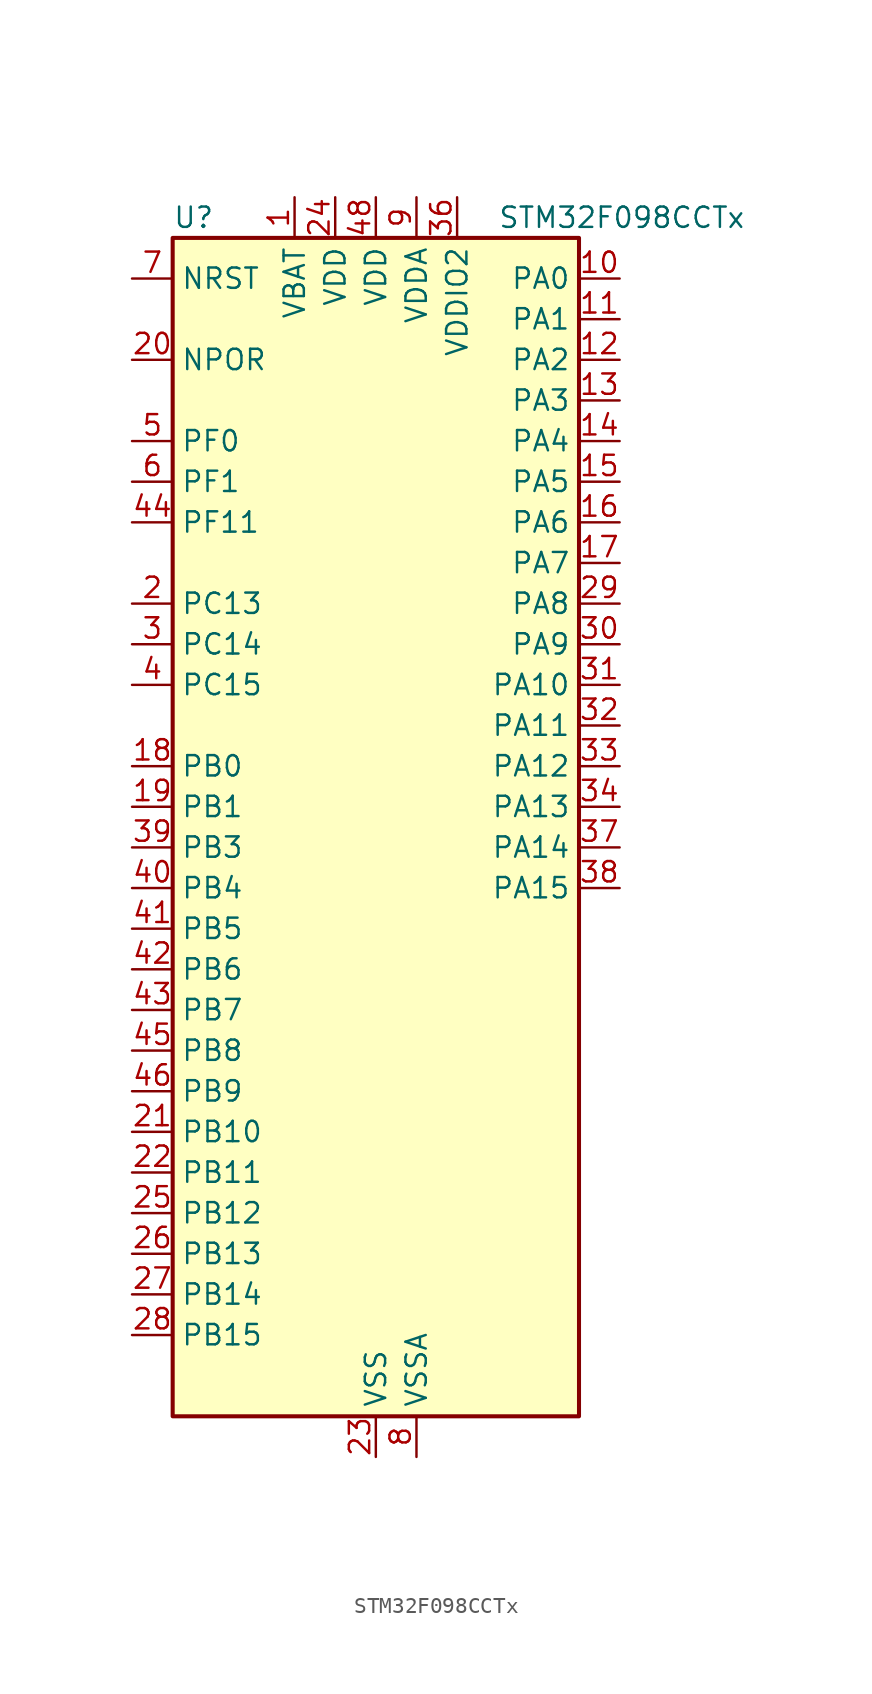
<source format=kicad_sym>
(kicad_symbol_lib
  (version 20220914)
  (generator kicad_symbol_editor)
  (symbol "STM32F098CCTx"
    (property "Reference" "U"
      (at -12.7 39.37 0)
      (effects (font (size 1.27 1.27)) (justify left)))
    (property "Value" "STM32F098CCTx"
      (at 7.62 39.37 0)
      (effects (font (size 1.27 1.27)) (justify left)))
    (property "ki_locked" ""
      (at 0 0 0)
      (effects (font (size 1.27 1.27))))
    (symbol "STM32F098CCTx_0_1"
      (rectangle (start -12.7 -35.56) (end 12.7 38.1) (stroke (width 0.254) (type default)) (fill (type background))))
    (symbol "STM32F098CCTx_1_1"
      (pin power_in line (at -5.08 40.64 270) (length 2.54) (name "VBAT" (effects (font (size 1.27 1.27)))) (number "1" (effects (font (size 1.27 1.27)))))
      (pin bidirectional line (at 15.24 35.56 180) (length 2.54) (name "PA0" (effects (font (size 1.27 1.27)))) (number "10" (effects (font (size 1.27 1.27)))) (alternate "ADC_IN0" bidirectional line) (alternate "COMP1_INM" bidirectional line) (alternate "COMP1_OUT" bidirectional line) (alternate "RTC_TAMP2" bidirectional line) (alternate "SYS_WKUP1" bidirectional line) (alternate "TIM2_CH1" bidirectional line) (alternate "TIM2_ETR" bidirectional line) (alternate "TSC_G1_IO1" bidirectional line) (alternate "USART2_CTS" bidirectional line) (alternate "USART4_TX" bidirectional line))
      (pin bidirectional line (at 15.24 33.02 180) (length 2.54) (name "PA1" (effects (font (size 1.27 1.27)))) (number "11" (effects (font (size 1.27 1.27)))) (alternate "ADC_IN1" bidirectional line) (alternate "COMP1_INP" bidirectional line) (alternate "TIM15_CH1N" bidirectional line) (alternate "TIM2_CH2" bidirectional line) (alternate "TSC_G1_IO2" bidirectional line) (alternate "USART2_DE" bidirectional line) (alternate "USART2_RTS" bidirectional line) (alternate "USART4_RX" bidirectional line))
      (pin bidirectional line (at 15.24 30.48 180) (length 2.54) (name "PA2" (effects (font (size 1.27 1.27)))) (number "12" (effects (font (size 1.27 1.27)))) (alternate "ADC_IN2" bidirectional line) (alternate "COMP2_INM" bidirectional line) (alternate "COMP2_OUT" bidirectional line) (alternate "SYS_WKUP4" bidirectional line) (alternate "TIM15_CH1" bidirectional line) (alternate "TIM2_CH3" bidirectional line) (alternate "TSC_G1_IO3" bidirectional line) (alternate "USART2_TX" bidirectional line))
      (pin bidirectional line (at 15.24 27.94 180) (length 2.54) (name "PA3" (effects (font (size 1.27 1.27)))) (number "13" (effects (font (size 1.27 1.27)))) (alternate "ADC_IN3" bidirectional line) (alternate "COMP2_INP" bidirectional line) (alternate "TIM15_CH2" bidirectional line) (alternate "TIM2_CH4" bidirectional line) (alternate "TSC_G1_IO4" bidirectional line) (alternate "USART2_RX" bidirectional line))
      (pin bidirectional line (at 15.24 25.4 180) (length 2.54) (name "PA4" (effects (font (size 1.27 1.27)))) (number "14" (effects (font (size 1.27 1.27)))) (alternate "ADC_IN4" bidirectional line) (alternate "COMP1_INM" bidirectional line) (alternate "COMP2_INM" bidirectional line) (alternate "DAC_OUT1" bidirectional line) (alternate "I2S1_WS" bidirectional line) (alternate "SPI1_NSS" bidirectional line) (alternate "TIM14_CH1" bidirectional line) (alternate "TSC_G2_IO1" bidirectional line) (alternate "USART2_CK" bidirectional line) (alternate "USART6_TX" bidirectional line))
      (pin bidirectional line (at 15.24 22.86 180) (length 2.54) (name "PA5" (effects (font (size 1.27 1.27)))) (number "15" (effects (font (size 1.27 1.27)))) (alternate "ADC_IN5" bidirectional line) (alternate "CEC" bidirectional line) (alternate "COMP1_INM" bidirectional line) (alternate "COMP2_INM" bidirectional line) (alternate "DAC_OUT2" bidirectional line) (alternate "I2S1_CK" bidirectional line) (alternate "SPI1_SCK" bidirectional line) (alternate "TIM2_CH1" bidirectional line) (alternate "TIM2_ETR" bidirectional line) (alternate "TSC_G2_IO2" bidirectional line) (alternate "USART6_RX" bidirectional line))
      (pin bidirectional line (at 15.24 20.32 180) (length 2.54) (name "PA6" (effects (font (size 1.27 1.27)))) (number "16" (effects (font (size 1.27 1.27)))) (alternate "ADC_IN6" bidirectional line) (alternate "COMP1_OUT" bidirectional line) (alternate "I2S1_MCK" bidirectional line) (alternate "SPI1_MISO" bidirectional line) (alternate "TIM16_CH1" bidirectional line) (alternate "TIM1_BKIN" bidirectional line) (alternate "TIM3_CH1" bidirectional line) (alternate "TSC_G2_IO3" bidirectional line) (alternate "USART3_CTS" bidirectional line))
      (pin bidirectional line (at 15.24 17.78 180) (length 2.54) (name "PA7" (effects (font (size 1.27 1.27)))) (number "17" (effects (font (size 1.27 1.27)))) (alternate "ADC_IN7" bidirectional line) (alternate "COMP2_OUT" bidirectional line) (alternate "I2S1_SD" bidirectional line) (alternate "SPI1_MOSI" bidirectional line) (alternate "TIM14_CH1" bidirectional line) (alternate "TIM17_CH1" bidirectional line) (alternate "TIM1_CH1N" bidirectional line) (alternate "TIM3_CH2" bidirectional line) (alternate "TSC_G2_IO4" bidirectional line))
      (pin bidirectional line (at -15.24 5.08 0) (length 2.54) (name "PB0" (effects (font (size 1.27 1.27)))) (number "18" (effects (font (size 1.27 1.27)))) (alternate "ADC_IN8" bidirectional line) (alternate "TIM1_CH2N" bidirectional line) (alternate "TIM3_CH3" bidirectional line) (alternate "TSC_G3_IO2" bidirectional line) (alternate "USART3_CK" bidirectional line))
      (pin bidirectional line (at -15.24 2.54 0) (length 2.54) (name "PB1" (effects (font (size 1.27 1.27)))) (number "19" (effects (font (size 1.27 1.27)))) (alternate "ADC_IN9" bidirectional line) (alternate "TIM14_CH1" bidirectional line) (alternate "TIM1_CH3N" bidirectional line) (alternate "TIM3_CH4" bidirectional line) (alternate "TSC_G3_IO3" bidirectional line) (alternate "USART3_DE" bidirectional line) (alternate "USART3_RTS" bidirectional line))
      (pin bidirectional line (at -15.24 15.24 0) (length 2.54) (name "PC13" (effects (font (size 1.27 1.27)))) (number "2" (effects (font (size 1.27 1.27)))) (alternate "RTC_OUT_ALARM" bidirectional line) (alternate "RTC_OUT_CALIB" bidirectional line) (alternate "RTC_TAMP1" bidirectional line) (alternate "RTC_TS" bidirectional line) (alternate "SYS_WKUP2" bidirectional line))
      (pin input line (at -15.24 30.48 0) (length 2.54) (name "NPOR" (effects (font (size 1.27 1.27)))) (number "20" (effects (font (size 1.27 1.27)))))
      (pin bidirectional line (at -15.24 -17.78 0) (length 2.54) (name "PB10" (effects (font (size 1.27 1.27)))) (number "21" (effects (font (size 1.27 1.27)))) (alternate "CEC" bidirectional line) (alternate "I2C2_SCL" bidirectional line) (alternate "I2S2_CK" bidirectional line) (alternate "SPI2_SCK" bidirectional line) (alternate "TIM2_CH3" bidirectional line) (alternate "TSC_SYNC" bidirectional line) (alternate "USART3_TX" bidirectional line))
      (pin bidirectional line (at -15.24 -20.32 0) (length 2.54) (name "PB11" (effects (font (size 1.27 1.27)))) (number "22" (effects (font (size 1.27 1.27)))) (alternate "I2C2_SDA" bidirectional line) (alternate "TIM2_CH4" bidirectional line) (alternate "TSC_G6_IO1" bidirectional line) (alternate "USART3_RX" bidirectional line))
      (pin power_in line (at 0 -38.1 90) (length 2.54) (name "VSS" (effects (font (size 1.27 1.27)))) (number "23" (effects (font (size 1.27 1.27)))))
      (pin power_in line (at -2.54 40.64 270) (length 2.54) (name "VDD" (effects (font (size 1.27 1.27)))) (number "24" (effects (font (size 1.27 1.27)))))
      (pin bidirectional line (at -15.24 -22.86 0) (length 2.54) (name "PB12" (effects (font (size 1.27 1.27)))) (number "25" (effects (font (size 1.27 1.27)))) (alternate "I2S2_WS" bidirectional line) (alternate "SPI2_NSS" bidirectional line) (alternate "TIM15_BKIN" bidirectional line) (alternate "TIM1_BKIN" bidirectional line) (alternate "TSC_G6_IO2" bidirectional line) (alternate "USART3_CK" bidirectional line))
      (pin bidirectional line (at -15.24 -25.4 0) (length 2.54) (name "PB13" (effects (font (size 1.27 1.27)))) (number "26" (effects (font (size 1.27 1.27)))) (alternate "I2C2_SCL" bidirectional line) (alternate "I2S2_CK" bidirectional line) (alternate "SPI2_SCK" bidirectional line) (alternate "TIM1_CH1N" bidirectional line) (alternate "TSC_G6_IO3" bidirectional line) (alternate "USART3_CTS" bidirectional line))
      (pin bidirectional line (at -15.24 -27.94 0) (length 2.54) (name "PB14" (effects (font (size 1.27 1.27)))) (number "27" (effects (font (size 1.27 1.27)))) (alternate "I2C2_SDA" bidirectional line) (alternate "I2S2_MCK" bidirectional line) (alternate "SPI2_MISO" bidirectional line) (alternate "TIM15_CH1" bidirectional line) (alternate "TIM1_CH2N" bidirectional line) (alternate "TSC_G6_IO4" bidirectional line) (alternate "USART3_DE" bidirectional line) (alternate "USART3_RTS" bidirectional line))
      (pin bidirectional line (at -15.24 -30.48 0) (length 2.54) (name "PB15" (effects (font (size 1.27 1.27)))) (number "28" (effects (font (size 1.27 1.27)))) (alternate "I2S2_SD" bidirectional line) (alternate "RTC_REFIN" bidirectional line) (alternate "SPI2_MOSI" bidirectional line) (alternate "SYS_WKUP7" bidirectional line) (alternate "TIM15_CH1N" bidirectional line) (alternate "TIM15_CH2" bidirectional line) (alternate "TIM1_CH3N" bidirectional line))
      (pin bidirectional line (at 15.24 15.24 180) (length 2.54) (name "PA8" (effects (font (size 1.27 1.27)))) (number "29" (effects (font (size 1.27 1.27)))) (alternate "CRS_SYNC" bidirectional line) (alternate "RCC_MCO" bidirectional line) (alternate "TIM1_CH1" bidirectional line) (alternate "USART1_CK" bidirectional line))
      (pin bidirectional line (at -15.24 12.7 0) (length 2.54) (name "PC14" (effects (font (size 1.27 1.27)))) (number "3" (effects (font (size 1.27 1.27)))) (alternate "RCC_OSC32_IN" bidirectional line))
      (pin bidirectional line (at 15.24 12.7 180) (length 2.54) (name "PA9" (effects (font (size 1.27 1.27)))) (number "30" (effects (font (size 1.27 1.27)))) (alternate "DAC_EXTI9" bidirectional line) (alternate "I2C1_SCL" bidirectional line) (alternate "RCC_MCO" bidirectional line) (alternate "TIM15_BKIN" bidirectional line) (alternate "TIM1_CH2" bidirectional line) (alternate "TSC_G4_IO1" bidirectional line) (alternate "USART1_TX" bidirectional line))
      (pin bidirectional line (at 15.24 10.16 180) (length 2.54) (name "PA10" (effects (font (size 1.27 1.27)))) (number "31" (effects (font (size 1.27 1.27)))) (alternate "I2C1_SDA" bidirectional line) (alternate "TIM17_BKIN" bidirectional line) (alternate "TIM1_CH3" bidirectional line) (alternate "TSC_G4_IO2" bidirectional line) (alternate "USART1_RX" bidirectional line))
      (pin bidirectional line (at 15.24 7.62 180) (length 2.54) (name "PA11" (effects (font (size 1.27 1.27)))) (number "32" (effects (font (size 1.27 1.27)))) (alternate "CAN_RX" bidirectional line) (alternate "COMP1_OUT" bidirectional line) (alternate "I2C2_SCL" bidirectional line) (alternate "TIM1_CH4" bidirectional line) (alternate "TSC_G4_IO3" bidirectional line) (alternate "USART1_CTS" bidirectional line))
      (pin bidirectional line (at 15.24 5.08 180) (length 2.54) (name "PA12" (effects (font (size 1.27 1.27)))) (number "33" (effects (font (size 1.27 1.27)))) (alternate "CAN_TX" bidirectional line) (alternate "COMP2_OUT" bidirectional line) (alternate "I2C2_SDA" bidirectional line) (alternate "TIM1_ETR" bidirectional line) (alternate "TSC_G4_IO4" bidirectional line) (alternate "USART1_DE" bidirectional line) (alternate "USART1_RTS" bidirectional line))
      (pin bidirectional line (at 15.24 2.54 180) (length 2.54) (name "PA13" (effects (font (size 1.27 1.27)))) (number "34" (effects (font (size 1.27 1.27)))) (alternate "IR_OUT" bidirectional line) (alternate "SYS_SWDIO" bidirectional line))
      (pin passive line (at 0 -38.1 90) (length 2.54) hide (name "VSS" (effects (font (size 1.27 1.27)))) (number "35" (effects (font (size 1.27 1.27)))))
      (pin power_in line (at 5.08 40.64 270) (length 2.54) (name "VDDIO2" (effects (font (size 1.27 1.27)))) (number "36" (effects (font (size 1.27 1.27)))))
      (pin bidirectional line (at 15.24 0 180) (length 2.54) (name "PA14" (effects (font (size 1.27 1.27)))) (number "37" (effects (font (size 1.27 1.27)))) (alternate "SYS_SWCLK" bidirectional line) (alternate "USART2_TX" bidirectional line))
      (pin bidirectional line (at 15.24 -2.54 180) (length 2.54) (name "PA15" (effects (font (size 1.27 1.27)))) (number "38" (effects (font (size 1.27 1.27)))) (alternate "I2S1_WS" bidirectional line) (alternate "SPI1_NSS" bidirectional line) (alternate "TIM2_CH1" bidirectional line) (alternate "TIM2_ETR" bidirectional line) (alternate "USART2_RX" bidirectional line) (alternate "USART4_DE" bidirectional line) (alternate "USART4_RTS" bidirectional line))
      (pin bidirectional line (at -15.24 0 0) (length 2.54) (name "PB3" (effects (font (size 1.27 1.27)))) (number "39" (effects (font (size 1.27 1.27)))) (alternate "I2S1_CK" bidirectional line) (alternate "SPI1_SCK" bidirectional line) (alternate "TIM2_CH2" bidirectional line) (alternate "TSC_G5_IO1" bidirectional line) (alternate "USART5_TX" bidirectional line))
      (pin bidirectional line (at -15.24 10.16 0) (length 2.54) (name "PC15" (effects (font (size 1.27 1.27)))) (number "4" (effects (font (size 1.27 1.27)))) (alternate "RCC_OSC32_OUT" bidirectional line))
      (pin bidirectional line (at -15.24 -2.54 0) (length 2.54) (name "PB4" (effects (font (size 1.27 1.27)))) (number "40" (effects (font (size 1.27 1.27)))) (alternate "I2S1_MCK" bidirectional line) (alternate "SPI1_MISO" bidirectional line) (alternate "TIM17_BKIN" bidirectional line) (alternate "TIM3_CH1" bidirectional line) (alternate "TSC_G5_IO2" bidirectional line) (alternate "USART5_RX" bidirectional line))
      (pin bidirectional line (at -15.24 -5.08 0) (length 2.54) (name "PB5" (effects (font (size 1.27 1.27)))) (number "41" (effects (font (size 1.27 1.27)))) (alternate "I2C1_SMBA" bidirectional line) (alternate "I2S1_SD" bidirectional line) (alternate "SPI1_MOSI" bidirectional line) (alternate "SYS_WKUP6" bidirectional line) (alternate "TIM16_BKIN" bidirectional line) (alternate "TIM3_CH2" bidirectional line) (alternate "USART5_CK" bidirectional line) (alternate "USART5_DE" bidirectional line) (alternate "USART5_RTS" bidirectional line))
      (pin bidirectional line (at -15.24 -7.62 0) (length 2.54) (name "PB6" (effects (font (size 1.27 1.27)))) (number "42" (effects (font (size 1.27 1.27)))) (alternate "I2C1_SCL" bidirectional line) (alternate "TIM16_CH1N" bidirectional line) (alternate "TSC_G5_IO3" bidirectional line) (alternate "USART1_TX" bidirectional line))
      (pin bidirectional line (at -15.24 -10.16 0) (length 2.54) (name "PB7" (effects (font (size 1.27 1.27)))) (number "43" (effects (font (size 1.27 1.27)))) (alternate "I2C1_SDA" bidirectional line) (alternate "TIM17_CH1N" bidirectional line) (alternate "TSC_G5_IO4" bidirectional line) (alternate "USART1_RX" bidirectional line) (alternate "USART4_CTS" bidirectional line))
      (pin bidirectional line (at -15.24 20.32 0) (length 2.54) (name "PF11" (effects (font (size 1.27 1.27)))) (number "44" (effects (font (size 1.27 1.27)))))
      (pin bidirectional line (at -15.24 -12.7 0) (length 2.54) (name "PB8" (effects (font (size 1.27 1.27)))) (number "45" (effects (font (size 1.27 1.27)))) (alternate "CAN_RX" bidirectional line) (alternate "CEC" bidirectional line) (alternate "I2C1_SCL" bidirectional line) (alternate "TIM16_CH1" bidirectional line) (alternate "TSC_SYNC" bidirectional line))
      (pin bidirectional line (at -15.24 -15.24 0) (length 2.54) (name "PB9" (effects (font (size 1.27 1.27)))) (number "46" (effects (font (size 1.27 1.27)))) (alternate "CAN_TX" bidirectional line) (alternate "DAC_EXTI9" bidirectional line) (alternate "I2C1_SDA" bidirectional line) (alternate "I2S2_WS" bidirectional line) (alternate "IR_OUT" bidirectional line) (alternate "SPI2_NSS" bidirectional line) (alternate "TIM17_CH1" bidirectional line))
      (pin passive line (at 0 -38.1 90) (length 2.54) hide (name "VSS" (effects (font (size 1.27 1.27)))) (number "47" (effects (font (size 1.27 1.27)))))
      (pin power_in line (at 0 40.64 270) (length 2.54) (name "VDD" (effects (font (size 1.27 1.27)))) (number "48" (effects (font (size 1.27 1.27)))))
      (pin bidirectional line (at -15.24 25.4 0) (length 2.54) (name "PF0" (effects (font (size 1.27 1.27)))) (number "5" (effects (font (size 1.27 1.27)))) (alternate "CRS_SYNC" bidirectional line) (alternate "I2C1_SDA" bidirectional line) (alternate "RCC_OSC_IN" bidirectional line))
      (pin bidirectional line (at -15.24 22.86 0) (length 2.54) (name "PF1" (effects (font (size 1.27 1.27)))) (number "6" (effects (font (size 1.27 1.27)))) (alternate "I2C1_SCL" bidirectional line) (alternate "RCC_OSC_OUT" bidirectional line))
      (pin input line (at -15.24 35.56 0) (length 2.54) (name "NRST" (effects (font (size 1.27 1.27)))) (number "7" (effects (font (size 1.27 1.27)))))
      (pin power_in line (at 2.54 -38.1 90) (length 2.54) (name "VSSA" (effects (font (size 1.27 1.27)))) (number "8" (effects (font (size 1.27 1.27)))))
      (pin power_in line (at 2.54 40.64 270) (length 2.54) (name "VDDA" (effects (font (size 1.27 1.27)))) (number "9" (effects (font (size 1.27 1.27))))))))
</source>
